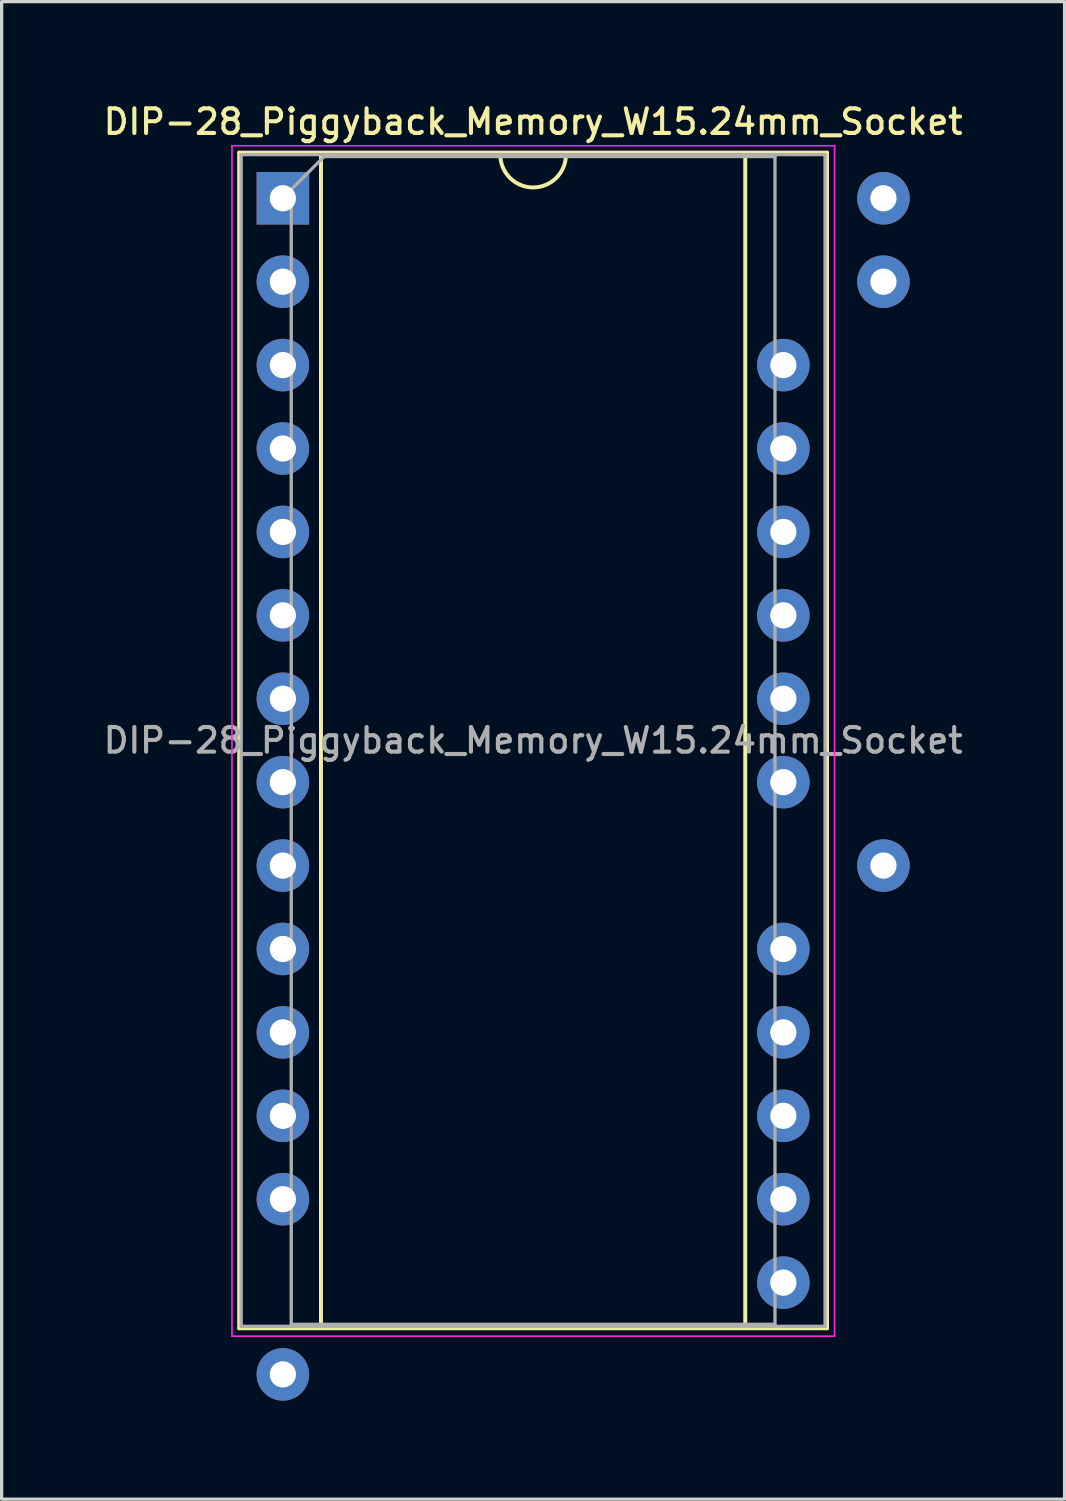
<source format=kicad_pcb>
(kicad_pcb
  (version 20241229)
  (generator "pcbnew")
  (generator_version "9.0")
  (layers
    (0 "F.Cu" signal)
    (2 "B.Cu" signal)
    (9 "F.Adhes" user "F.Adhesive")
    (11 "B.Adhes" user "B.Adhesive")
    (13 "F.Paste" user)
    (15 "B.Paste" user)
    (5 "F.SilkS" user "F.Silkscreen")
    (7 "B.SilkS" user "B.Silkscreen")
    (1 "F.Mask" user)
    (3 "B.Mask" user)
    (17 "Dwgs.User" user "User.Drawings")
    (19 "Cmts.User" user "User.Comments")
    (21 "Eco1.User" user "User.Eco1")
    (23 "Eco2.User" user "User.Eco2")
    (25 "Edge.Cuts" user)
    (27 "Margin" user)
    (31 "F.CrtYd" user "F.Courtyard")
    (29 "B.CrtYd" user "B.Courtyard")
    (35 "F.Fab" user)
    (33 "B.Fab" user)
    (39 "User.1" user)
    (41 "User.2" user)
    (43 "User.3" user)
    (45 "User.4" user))
  (footprint "DIP-28_Piggyback_Memory_W15.24mm_Socket"
    (layer "F.Cu")
    (at 5.564 2.988)
    (property "Reference" "DIP-28_Piggyback_Memory_W15.24mm_Socket" (at 7.62 -2.33 0) (layer "F.SilkS") (effects (font (size 0.75 0.75) (thickness 0.125))))
    (attr through_hole)
    (fp_line (start -1.33 -1.39) (end -1.33 34.41) (stroke (width 0.12) (type solid)) (layer "F.SilkS"))
    (fp_line (start -1.33 34.41) (end 16.57 34.41) (stroke (width 0.12) (type solid)) (layer "F.SilkS"))
    (fp_line (start 1.16 -1.33) (end 1.16 34.35) (stroke (width 0.12) (type solid)) (layer "F.SilkS"))
    (fp_line (start 1.16 34.35) (end 14.08 34.35) (stroke (width 0.12) (type solid)) (layer "F.SilkS"))
    (fp_line (start 6.62 -1.33) (end 1.16 -1.33) (stroke (width 0.12) (type solid)) (layer "F.SilkS"))
    (fp_line (start 14.08 -1.33) (end 8.62 -1.33) (stroke (width 0.12) (type solid)) (layer "F.SilkS"))
    (fp_line (start 14.08 34.35) (end 14.08 -1.33) (stroke (width 0.12) (type solid)) (layer "F.SilkS"))
    (fp_line (start 16.57 -1.39) (end -1.33 -1.39) (stroke (width 0.12) (type solid)) (layer "F.SilkS"))
    (fp_line (start 16.57 34.41) (end 16.57 -1.39) (stroke (width 0.12) (type solid)) (layer "F.SilkS"))
    (fp_arc (start 8.62 -1.33) (mid 7.62 -0.33) (end 6.62 -1.33) (stroke (width 0.12) (type solid)) (layer "F.SilkS"))
    (fp_line (start -1.55 -1.6) (end -1.55 34.65) (stroke (width 0.05) (type solid)) (layer "F.CrtYd"))
    (fp_line (start -1.55 34.65) (end 16.8 34.65) (stroke (width 0.05) (type solid)) (layer "F.CrtYd"))
    (fp_line (start 16.8 -1.6) (end -1.55 -1.6) (stroke (width 0.05) (type solid)) (layer "F.CrtYd"))
    (fp_line (start 16.8 34.65) (end 16.8 -1.6) (stroke (width 0.05) (type solid)) (layer "F.CrtYd"))
    (fp_line (start -1.27 -1.33) (end -1.27 34.35) (stroke (width 0.1) (type solid)) (layer "F.Fab"))
    (fp_line (start -1.27 34.35) (end 16.51 34.35) (stroke (width 0.1) (type solid)) (layer "F.Fab"))
    (fp_line (start 0.255 -0.27) (end 1.255 -1.27) (stroke (width 0.1) (type solid)) (layer "F.Fab"))
    (fp_line (start 0.255 34.29) (end 0.255 -0.27) (stroke (width 0.1) (type solid)) (layer "F.Fab"))
    (fp_line (start 1.255 -1.27) (end 14.985 -1.27) (stroke (width 0.1) (type solid)) (layer "F.Fab"))
    (fp_line (start 14.985 -1.27) (end 14.985 34.29) (stroke (width 0.1) (type solid)) (layer "F.Fab"))
    (fp_line (start 14.985 34.29) (end 0.255 34.29) (stroke (width 0.1) (type solid)) (layer "F.Fab"))
    (fp_line (start 16.51 -1.33) (end -1.27 -1.33) (stroke (width 0.1) (type solid)) (layer "F.Fab"))
    (fp_line (start 16.51 34.35) (end 16.51 -1.33) (stroke (width 0.1) (type solid)) (layer "F.Fab"))
    (fp_text user "${REFERENCE}" (at 7.62 16.51 0) (layer "F.Fab") (effects (font (size 0.75 0.75) (thickness 0.125))))
    (pad "1" thru_hole rect (at 0 0) (size 1.6 1.6) (drill 0.8) (layers "*.Cu" "*.Mask"))
    (pad "2" thru_hole oval (at 0 2.54) (size 1.6 1.6) (drill 0.8) (layers "*.Cu" "*.Mask"))
    (pad "3" thru_hole oval (at 0 5.08) (size 1.6 1.6) (drill 0.8) (layers "*.Cu" "*.Mask"))
    (pad "4" thru_hole oval (at 0 7.62) (size 1.6 1.6) (drill 0.8) (layers "*.Cu" "*.Mask"))
    (pad "5" thru_hole oval (at 0 10.16) (size 1.6 1.6) (drill 0.8) (layers "*.Cu" "*.Mask"))
    (pad "6" thru_hole oval (at 0 12.7) (size 1.6 1.6) (drill 0.8) (layers "*.Cu" "*.Mask"))
    (pad "7" thru_hole oval (at 0 15.24) (size 1.6 1.6) (drill 0.8) (layers "*.Cu" "*.Mask"))
    (pad "8" thru_hole oval (at 0 17.78) (size 1.6 1.6) (drill 0.8) (layers "*.Cu" "*.Mask"))
    (pad "9" thru_hole oval (at 0 20.32) (size 1.6 1.6) (drill 0.8) (layers "*.Cu" "*.Mask"))
    (pad "10" thru_hole oval (at 0 22.86) (size 1.6 1.6) (drill 0.8) (layers "*.Cu" "*.Mask"))
    (pad "11" thru_hole oval (at 0 25.4) (size 1.6 1.6) (drill 0.8) (layers "*.Cu" "*.Mask"))
    (pad "12" thru_hole oval (at 0 27.94) (size 1.6 1.6) (drill 0.8) (layers "*.Cu" "*.Mask"))
    (pad "13" thru_hole oval (at 0 30.48) (size 1.6 1.6) (drill 0.8) (layers "*.Cu" "*.Mask"))
    (pad "14" thru_hole oval (at 0 35.814) (size 1.6 1.6) (drill 0.8) (layers "*.Cu" "*.Mask"))
    (pad "15" thru_hole oval (at 15.24 33.02) (size 1.6 1.6) (drill 0.8) (layers "*.Cu" "*.Mask"))
    (pad "16" thru_hole oval (at 15.24 30.48) (size 1.6 1.6) (drill 0.8) (layers "*.Cu" "*.Mask"))
    (pad "17" thru_hole oval (at 15.24 27.94) (size 1.6 1.6) (drill 0.8) (layers "*.Cu" "*.Mask"))
    (pad "18" thru_hole oval (at 15.24 25.4) (size 1.6 1.6) (drill 0.8) (layers "*.Cu" "*.Mask"))
    (pad "19" thru_hole oval (at 15.24 22.86) (size 1.6 1.6) (drill 0.8) (layers "*.Cu" "*.Mask"))
    (pad "20" thru_hole oval (at 18.288 20.32) (size 1.6 1.6) (drill 0.8) (layers "*.Cu" "*.Mask"))
    (pad "21" thru_hole oval (at 15.24 17.78) (size 1.6 1.6) (drill 0.8) (layers "*.Cu" "*.Mask"))
    (pad "22" thru_hole oval (at 15.24 15.24) (size 1.6 1.6) (drill 0.8) (layers "*.Cu" "*.Mask"))
    (pad "23" thru_hole oval (at 15.24 12.7) (size 1.6 1.6) (drill 0.8) (layers "*.Cu" "*.Mask"))
    (pad "24" thru_hole oval (at 15.24 10.16) (size 1.6 1.6) (drill 0.8) (layers "*.Cu" "*.Mask"))
    (pad "25" thru_hole oval (at 15.24 7.62) (size 1.6 1.6) (drill 0.8) (layers "*.Cu" "*.Mask"))
    (pad "26" thru_hole oval (at 15.24 5.08) (size 1.6 1.6) (drill 0.8) (layers "*.Cu" "*.Mask"))
    (pad "27" thru_hole oval (at 18.288 2.54) (size 1.6 1.6) (drill 0.8) (layers "*.Cu" "*.Mask"))
    (pad "28" thru_hole oval (at 18.288 0) (size 1.6 1.6) (drill 0.8) (layers "*.Cu" "*.Mask")))
  (gr_rect
    (start -3 -3)
    (end 29.368 42.602)
    (stroke (width 0.1) (type default))
    (fill no)
    (layer "Edge.Cuts")))
</source>
